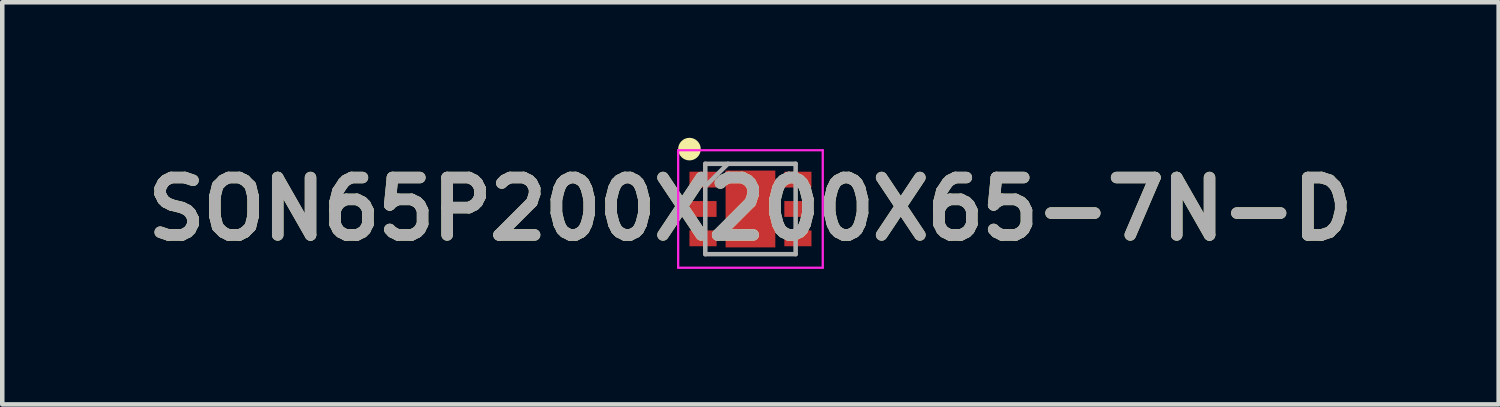
<source format=kicad_pcb>
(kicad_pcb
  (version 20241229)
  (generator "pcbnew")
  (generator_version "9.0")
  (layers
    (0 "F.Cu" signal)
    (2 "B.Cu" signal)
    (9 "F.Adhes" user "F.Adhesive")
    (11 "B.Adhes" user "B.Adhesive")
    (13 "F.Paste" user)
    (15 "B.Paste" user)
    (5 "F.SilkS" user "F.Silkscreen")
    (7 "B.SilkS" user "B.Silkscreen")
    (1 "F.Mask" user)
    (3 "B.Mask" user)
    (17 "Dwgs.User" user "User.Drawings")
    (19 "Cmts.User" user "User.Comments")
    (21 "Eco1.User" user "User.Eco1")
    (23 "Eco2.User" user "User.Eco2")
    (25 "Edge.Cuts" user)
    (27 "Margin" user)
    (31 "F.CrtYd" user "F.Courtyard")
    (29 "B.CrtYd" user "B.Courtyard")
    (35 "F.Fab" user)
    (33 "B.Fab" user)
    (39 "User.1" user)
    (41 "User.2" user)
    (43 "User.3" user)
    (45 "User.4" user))
  (footprint "SON65P200X200X65-7N-D"
    (layer "F.Cu")
    (at 13.559 1.575)
    (property "Reference" "SON65P200X200X65-7N-D" (at 0 0 0) (layer "F.SilkS") (effects (font (size 1.27 1.27) (thickness 0.254))))
    (attr smd)
    (fp_circle (center -1.35 -1.325) (end -1.35 -1.2) (stroke (width 0.25) (type solid)) (fill no) (layer "F.SilkS"))
    (fp_line (start -1.6 -1.3) (end 1.6 -1.3) (stroke (width 0.05) (type solid)) (layer "F.CrtYd"))
    (fp_line (start -1.6 1.3) (end -1.6 -1.3) (stroke (width 0.05) (type solid)) (layer "F.CrtYd"))
    (fp_line (start 1.6 -1.3) (end 1.6 1.3) (stroke (width 0.05) (type solid)) (layer "F.CrtYd"))
    (fp_line (start 1.6 1.3) (end -1.6 1.3) (stroke (width 0.05) (type solid)) (layer "F.CrtYd"))
    (fp_line (start -1 -1) (end 1 -1) (stroke (width 0.1) (type solid)) (layer "F.Fab"))
    (fp_line (start -1 -0.5) (end -0.5 -1) (stroke (width 0.1) (type solid)) (layer "F.Fab"))
    (fp_line (start -1 1) (end -1 -1) (stroke (width 0.1) (type solid)) (layer "F.Fab"))
    (fp_line (start 1 -1) (end 1 1) (stroke (width 0.1) (type solid)) (layer "F.Fab"))
    (fp_line (start 1 1) (end -1 1) (stroke (width 0.1) (type solid)) (layer "F.Fab"))
    (fp_text user "${REFERENCE}" (at 0 0 0) (layer "F.Fab") (effects (font (size 1.27 1.27) (thickness 0.254))))
    (pad "1" smd rect (at -1.05 -0.65 90) (size 0.35 0.6) (layers "F.Cu" "F.Mask" "F.Paste"))
    (pad "2" smd rect (at -1.05 0 90) (size 0.35 0.6) (layers "F.Cu" "F.Mask" "F.Paste"))
    (pad "3" smd rect (at -1.05 0.65 90) (size 0.35 0.6) (layers "F.Cu" "F.Mask" "F.Paste"))
    (pad "4" smd rect (at 1.05 0.65 90) (size 0.35 0.6) (layers "F.Cu" "F.Mask" "F.Paste"))
    (pad "5" smd rect (at 1.05 0 90) (size 0.35 0.6) (layers "F.Cu" "F.Mask" "F.Paste"))
    (pad "6" smd rect (at 1.05 -0.65 90) (size 0.35 0.6) (layers "F.Cu" "F.Mask" "F.Paste"))
    (pad "7" smd rect (at 0 0) (size 1.1 1.7) (layers "F.Cu" "F.Mask" "F.Paste")))
  (gr_rect
    (start -3 -3)
    (end 30.118 5.9)
    (stroke (width 0.1) (type default))
    (fill no)
    (layer "Edge.Cuts")))
</source>
